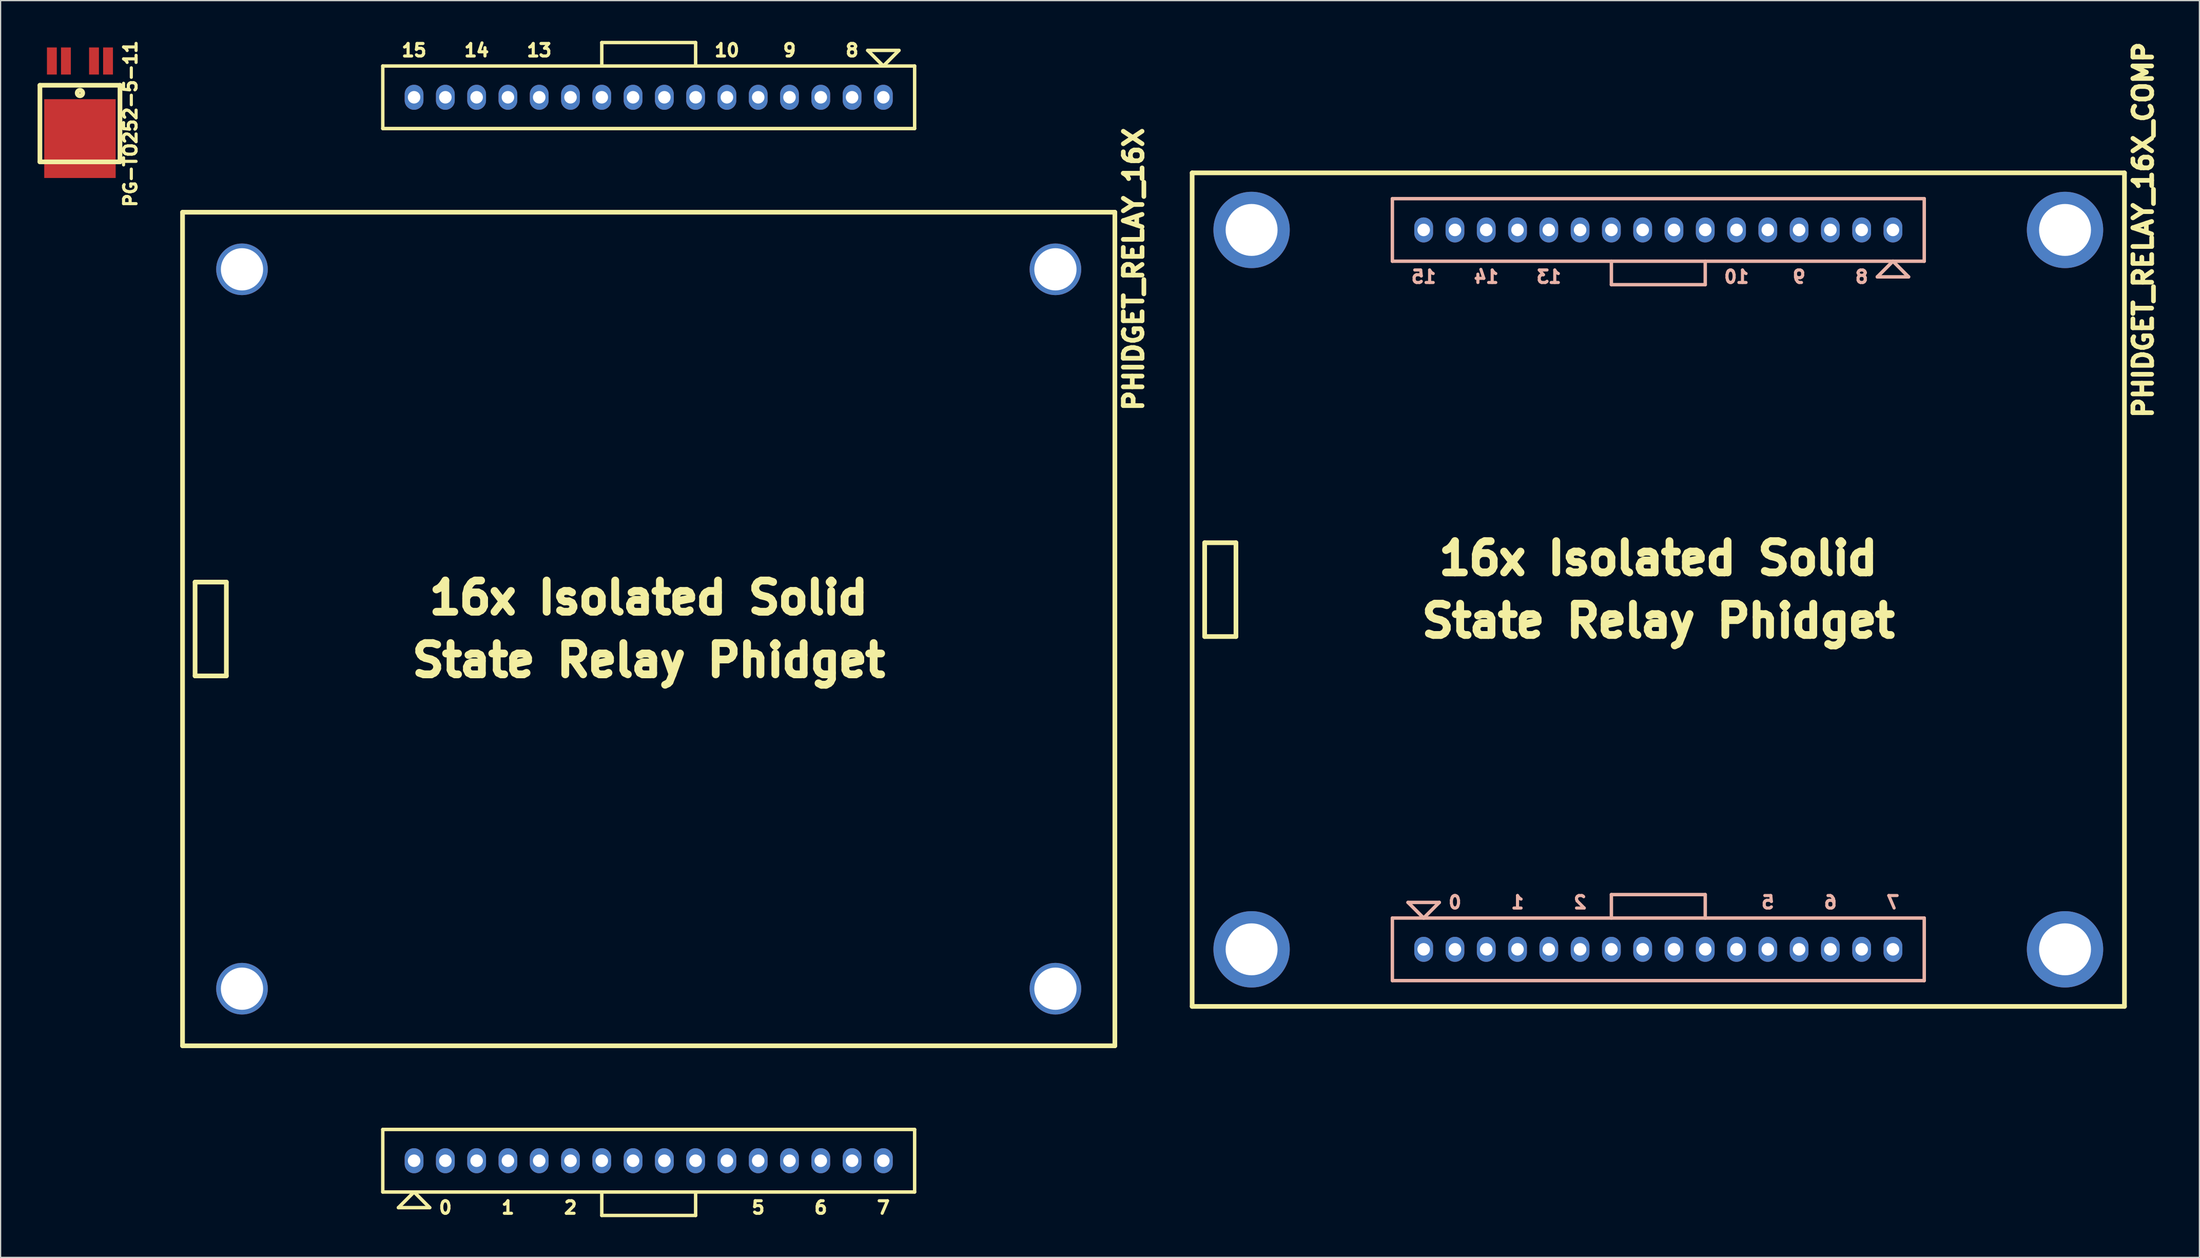
<source format=kicad_pcb>
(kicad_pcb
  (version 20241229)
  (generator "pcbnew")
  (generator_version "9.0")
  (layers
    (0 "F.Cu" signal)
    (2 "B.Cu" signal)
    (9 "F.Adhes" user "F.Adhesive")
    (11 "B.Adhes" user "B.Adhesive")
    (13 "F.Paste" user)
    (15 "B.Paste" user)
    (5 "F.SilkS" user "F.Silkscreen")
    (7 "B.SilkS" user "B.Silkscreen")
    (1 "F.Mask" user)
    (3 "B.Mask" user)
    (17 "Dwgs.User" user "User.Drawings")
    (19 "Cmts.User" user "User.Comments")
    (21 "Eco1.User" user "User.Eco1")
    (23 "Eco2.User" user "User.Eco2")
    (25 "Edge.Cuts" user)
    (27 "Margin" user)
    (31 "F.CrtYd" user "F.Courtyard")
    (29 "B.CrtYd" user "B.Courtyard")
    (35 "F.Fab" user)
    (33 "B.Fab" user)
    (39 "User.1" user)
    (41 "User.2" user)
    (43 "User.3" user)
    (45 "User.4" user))
  (footprint "PHIDGET_RELAY_16X_COMP"
    (layer "F.Cu")
    (at 131.584 44.833)
    (property "Reference" "PHIDGET_RELAY_16X_COMP" (at 39.37 -29.21 90) (layer "F.SilkS") (effects (font (size 1.524 1.524) (thickness 0.381))))
    (attr through_hole)
    (fp_line (start -37.846 -33.846) (end -37.846 33.846) (stroke (width 0.381) (type solid)) (layer "F.SilkS"))
    (fp_line (start -37.846 33.846) (end 37.846 33.846) (stroke (width 0.381) (type solid)) (layer "F.SilkS"))
    (fp_line (start -36.83 -3.81) (end -36.83 3.81) (stroke (width 0.381) (type solid)) (layer "F.SilkS"))
    (fp_line (start -36.83 -3.81) (end -34.29 -3.81) (stroke (width 0.381) (type solid)) (layer "F.SilkS"))
    (fp_line (start -34.29 -3.81) (end -34.29 3.81) (stroke (width 0.381) (type solid)) (layer "F.SilkS"))
    (fp_line (start -34.29 3.81) (end -36.83 3.81) (stroke (width 0.381) (type solid)) (layer "F.SilkS"))
    (fp_line (start 37.846 -33.846) (end -37.846 -33.846) (stroke (width 0.381) (type solid)) (layer "F.SilkS"))
    (fp_line (start 37.846 -33.846) (end 37.846 33.846) (stroke (width 0.381) (type solid)) (layer "F.SilkS"))
    (fp_line (start -21.59 -31.75) (end 21.59 -31.75) (stroke (width 0.279) (type solid)) (layer "B.SilkS"))
    (fp_line (start -21.59 -26.67) (end -21.59 -31.75) (stroke (width 0.279) (type solid)) (layer "B.SilkS"))
    (fp_line (start -21.59 26.67) (end 21.59 26.67) (stroke (width 0.279) (type solid)) (layer "B.SilkS"))
    (fp_line (start -21.59 31.75) (end -21.59 26.67) (stroke (width 0.279) (type solid)) (layer "B.SilkS"))
    (fp_line (start -20.32 25.4) (end -19.05 26.67) (stroke (width 0.279) (type solid)) (layer "B.SilkS"))
    (fp_line (start -19.05 26.67) (end -17.78 25.4) (stroke (width 0.279) (type solid)) (layer "B.SilkS"))
    (fp_line (start -17.78 25.4) (end -20.32 25.4) (stroke (width 0.279) (type solid)) (layer "B.SilkS"))
    (fp_line (start -3.81 -24.765) (end -3.81 -26.67) (stroke (width 0.279) (type solid)) (layer "B.SilkS"))
    (fp_line (start -3.81 -24.765) (end 3.81 -24.765) (stroke (width 0.279) (type solid)) (layer "B.SilkS"))
    (fp_line (start -3.81 26.67) (end -3.81 24.765) (stroke (width 0.279) (type solid)) (layer "B.SilkS"))
    (fp_line (start 3.81 -26.67) (end 3.81 -24.765) (stroke (width 0.279) (type solid)) (layer "B.SilkS"))
    (fp_line (start 3.81 24.765) (end -3.81 24.765) (stroke (width 0.279) (type solid)) (layer "B.SilkS"))
    (fp_line (start 3.81 24.765) (end 3.81 26.67) (stroke (width 0.279) (type solid)) (layer "B.SilkS"))
    (fp_line (start 17.78 -25.4) (end 20.32 -25.4) (stroke (width 0.279) (type solid)) (layer "B.SilkS"))
    (fp_line (start 19.05 -26.67) (end 17.78 -25.4) (stroke (width 0.279) (type solid)) (layer "B.SilkS"))
    (fp_line (start 20.32 -25.4) (end 19.05 -26.67) (stroke (width 0.279) (type solid)) (layer "B.SilkS"))
    (fp_line (start 21.59 -31.75) (end 21.59 -26.67) (stroke (width 0.279) (type solid)) (layer "B.SilkS"))
    (fp_line (start 21.59 -26.67) (end -21.59 -26.67) (stroke (width 0.279) (type solid)) (layer "B.SilkS"))
    (fp_line (start 21.59 26.67) (end 21.59 31.75) (stroke (width 0.279) (type solid)) (layer "B.SilkS"))
    (fp_line (start 21.59 31.75) (end -21.59 31.75) (stroke (width 0.279) (type solid)) (layer "B.SilkS"))
    (fp_text user "State Relay Phidget" (at 0 2.54 0) (layer "F.SilkS") (effects (font (size 2.54 2.54) (thickness 0.635))))
    (fp_text user "16x Isolated Solid" (at 0 -2.54 0) (layer "F.SilkS") (effects (font (size 2.54 2.54) (thickness 0.635))))
    (fp_text user "15" (at -19.05 -25.4 0) (layer "B.SilkS") (effects (font (size 1.016 1.016) (thickness 0.254)) (justify mirror)))
    (fp_text user "5" (at 8.89 25.4 180) (layer "B.SilkS") (effects (font (size 1.016 1.016) (thickness 0.254)) (justify mirror)))
    (fp_text user "2" (at -6.35 25.4 180) (layer "B.SilkS") (effects (font (size 1.016 1.016) (thickness 0.254)) (justify mirror)))
    (fp_text user "9" (at 11.43 -25.4 0) (layer "B.SilkS") (effects (font (size 1.016 1.016) (thickness 0.254)) (justify mirror)))
    (fp_text user "14" (at -13.97 -25.4 0) (layer "B.SilkS") (effects (font (size 1.016 1.016) (thickness 0.254)) (justify mirror)))
    (fp_text user "7" (at 19.05 25.4 180) (layer "B.SilkS") (effects (font (size 1.016 1.016) (thickness 0.254)) (justify mirror)))
    (fp_text user "1" (at -11.43 25.4 180) (layer "B.SilkS") (effects (font (size 1.016 1.016) (thickness 0.254)) (justify mirror)))
    (fp_text user "0" (at -16.51 25.4 180) (layer "B.SilkS") (effects (font (size 1.016 1.016) (thickness 0.254)) (justify mirror)))
    (fp_text user "13" (at -8.89 -25.4 0) (layer "B.SilkS") (effects (font (size 1.016 1.016) (thickness 0.254)) (justify mirror)))
    (fp_text user "6" (at 13.97 25.4 180) (layer "B.SilkS") (effects (font (size 1.016 1.016) (thickness 0.254)) (justify mirror)))
    (fp_text user "8" (at 16.51 -25.4 0) (layer "B.SilkS") (effects (font (size 1.016 1.016) (thickness 0.254)) (justify mirror)))
    (fp_text user "10" (at 6.35 -25.4 0) (layer "B.SilkS") (effects (font (size 1.016 1.016) (thickness 0.254)) (justify mirror)))
    (pad "" thru_hole circle (at -33.02 -29.21 270) (size 6.198 6.198) (drill 4.216) (layers "*.Cu" "*.Mask"))
    (pad "" thru_hole circle (at -33.02 29.21 270) (size 6.198 6.198) (drill 4.216) (layers "*.Cu" "*.Mask"))
    (pad "" thru_hole circle (at 33.02 -29.21 270) (size 6.198 6.198) (drill 4.216) (layers "*.Cu" "*.Mask"))
    (pad "" thru_hole circle (at 33.02 29.21 270) (size 6.198 6.198) (drill 4.216) (layers "*.Cu" "*.Mask"))
    (pad "1" thru_hole oval (at -19.05 29.21 180) (size 1.524 2.032) (drill 1.016) (layers "*.Cu" "*.Mask"))
    (pad "2" thru_hole oval (at -16.51 29.21 180) (size 1.524 2.032) (drill 1.016) (layers "*.Cu" "*.Mask"))
    (pad "3" thru_hole oval (at -13.97 29.21 180) (size 1.524 2.032) (drill 1.016) (layers "*.Cu" "*.Mask"))
    (pad "4" thru_hole oval (at -11.43 29.21 180) (size 1.524 2.032) (drill 1.016) (layers "*.Cu" "*.Mask"))
    (pad "5" thru_hole oval (at -8.89 29.21 180) (size 1.524 2.032) (drill 1.016) (layers "*.Cu" "*.Mask"))
    (pad "6" thru_hole oval (at -6.35 29.21 180) (size 1.524 2.032) (drill 1.016) (layers "*.Cu" "*.Mask"))
    (pad "7" thru_hole oval (at -3.81 29.21 180) (size 1.524 2.032) (drill 1.016) (layers "*.Cu" "*.Mask"))
    (pad "8" thru_hole oval (at -1.27 29.21 180) (size 1.524 2.032) (drill 1.016) (layers "*.Cu" "*.Mask"))
    (pad "9" thru_hole oval (at 1.27 29.21 180) (size 1.524 2.032) (drill 1.016) (layers "*.Cu" "*.Mask"))
    (pad "10" thru_hole oval (at 3.81 29.21 180) (size 1.524 2.032) (drill 1.016) (layers "*.Cu" "*.Mask"))
    (pad "11" thru_hole oval (at 6.35 29.21 180) (size 1.524 2.032) (drill 1.016) (layers "*.Cu" "*.Mask"))
    (pad "12" thru_hole oval (at 8.89 29.21 180) (size 1.524 2.032) (drill 1.016) (layers "*.Cu" "*.Mask"))
    (pad "13" thru_hole oval (at 11.43 29.21 180) (size 1.524 2.032) (drill 1.016) (layers "*.Cu" "*.Mask"))
    (pad "14" thru_hole oval (at 13.97 29.21 180) (size 1.524 2.032) (drill 1.016) (layers "*.Cu" "*.Mask"))
    (pad "15" thru_hole oval (at 16.51 29.21 180) (size 1.524 2.032) (drill 1.016) (layers "*.Cu" "*.Mask"))
    (pad "16" thru_hole oval (at 19.05 29.21 180) (size 1.524 2.032) (drill 1.016) (layers "*.Cu" "*.Mask"))
    (pad "17" thru_hole oval (at 19.05 -29.21) (size 1.524 2.032) (drill 1.016) (layers "*.Cu" "*.Mask"))
    (pad "18" thru_hole oval (at 16.51 -29.21) (size 1.524 2.032) (drill 1.016) (layers "*.Cu" "*.Mask"))
    (pad "19" thru_hole oval (at 13.97 -29.21) (size 1.524 2.032) (drill 1.016) (layers "*.Cu" "*.Mask"))
    (pad "20" thru_hole oval (at 11.43 -29.21) (size 1.524 2.032) (drill 1.016) (layers "*.Cu" "*.Mask"))
    (pad "21" thru_hole oval (at 8.89 -29.21) (size 1.524 2.032) (drill 1.016) (layers "*.Cu" "*.Mask"))
    (pad "22" thru_hole oval (at 6.35 -29.21) (size 1.524 2.032) (drill 1.016) (layers "*.Cu" "*.Mask"))
    (pad "23" thru_hole oval (at 3.81 -29.21) (size 1.524 2.032) (drill 1.016) (layers "*.Cu" "*.Mask"))
    (pad "24" thru_hole oval (at 1.27 -29.21) (size 1.524 2.032) (drill 1.016) (layers "*.Cu" "*.Mask"))
    (pad "25" thru_hole oval (at -1.27 -29.21) (size 1.524 2.032) (drill 1.016) (layers "*.Cu" "*.Mask"))
    (pad "26" thru_hole oval (at -3.81 -29.21) (size 1.524 2.032) (drill 1.016) (layers "*.Cu" "*.Mask"))
    (pad "27" thru_hole oval (at -6.35 -29.21) (size 1.524 2.032) (drill 1.016) (layers "*.Cu" "*.Mask"))
    (pad "28" thru_hole oval (at -8.89 -29.21) (size 1.524 2.032) (drill 1.016) (layers "*.Cu" "*.Mask"))
    (pad "29" thru_hole oval (at -11.43 -29.21) (size 1.524 2.032) (drill 1.016) (layers "*.Cu" "*.Mask"))
    (pad "30" thru_hole oval (at -13.97 -29.21) (size 1.524 2.032) (drill 1.016) (layers "*.Cu" "*.Mask"))
    (pad "31" thru_hole oval (at -16.51 -29.21) (size 1.524 2.032) (drill 1.016) (layers "*.Cu" "*.Mask"))
    (pad "32" thru_hole oval (at -19.05 -29.21) (size 1.524 2.032) (drill 1.016) (layers "*.Cu" "*.Mask")))
  (footprint "PG-TO252-5-11"
    (layer "F.Cu")
    (at 3.441 1.904)
    (property "Reference" "PG-TO252-5-11" (at 4.1 5.1 270) (layer "F.SilkS") (effects (font (size 1.016 1.016) (thickness 0.254))))
    (attr through_hole)
    (fp_line (start -3.25 1.97) (end 3.25 1.97) (stroke (width 0.381) (type solid)) (layer "F.SilkS"))
    (fp_line (start -3.25 8.19) (end -3.25 1.97) (stroke (width 0.381) (type solid)) (layer "F.SilkS"))
    (fp_line (start 3.25 1.97) (end 3.25 8.19) (stroke (width 0.381) (type solid)) (layer "F.SilkS"))
    (fp_line (start 3.25 8.19) (end -3.25 8.19) (stroke (width 0.381) (type solid)) (layer "F.SilkS"))
    (fp_circle (center 0 2.6) (end -0.1 2.8) (stroke (width 0.381) (type solid)) (fill no) (layer "F.SilkS"))
    (pad "1" smd rect (at 2.28 0 180) (size 0.8 2.2) (layers "F.Cu" "F.Mask" "F.Paste"))
    (pad "2" smd rect (at 1.14 0 180) (size 0.8 2.2) (layers "F.Cu" "F.Mask" "F.Paste"))
    (pad "4" smd rect (at -1.14 0 180) (size 0.8 2.2) (layers "F.Cu" "F.Mask" "F.Paste"))
    (pad "5" smd rect (at -2.28 0 180) (size 0.8 2.2) (layers "F.Cu" "F.Mask" "F.Paste"))
    (pad "6" smd rect (at 0 6.3 180) (size 5.8 6.4) (layers "F.Cu" "F.Mask" "F.Paste")))
  (footprint "PHIDGET_RELAY_16X"
    (layer "F.Cu")
    (at 49.617 48.03)
    (property "Reference" "PHIDGET_RELAY_16X" (at 39.37 -29.21 90) (layer "F.SilkS") (effects (font (size 1.524 1.524) (thickness 0.381))))
    (attr through_hole)
    (fp_line (start -37.846 -33.846) (end -37.846 33.846) (stroke (width 0.381) (type solid)) (layer "F.SilkS"))
    (fp_line (start -37.846 33.846) (end 37.846 33.846) (stroke (width 0.381) (type solid)) (layer "F.SilkS"))
    (fp_line (start -36.83 -3.81) (end -36.83 3.81) (stroke (width 0.381) (type solid)) (layer "F.SilkS"))
    (fp_line (start -36.83 -3.81) (end -34.29 -3.81) (stroke (width 0.381) (type solid)) (layer "F.SilkS"))
    (fp_line (start -34.29 -3.81) (end -34.29 3.81) (stroke (width 0.381) (type solid)) (layer "F.SilkS"))
    (fp_line (start -34.29 3.81) (end -36.83 3.81) (stroke (width 0.381) (type solid)) (layer "F.SilkS"))
    (fp_line (start -21.59 -45.72) (end 21.59 -45.72) (stroke (width 0.279) (type solid)) (layer "F.SilkS"))
    (fp_line (start -21.59 -40.64) (end -21.59 -45.72) (stroke (width 0.279) (type solid)) (layer "F.SilkS"))
    (fp_line (start -21.59 40.64) (end 21.59 40.64) (stroke (width 0.279) (type solid)) (layer "F.SilkS"))
    (fp_line (start -21.59 45.72) (end -21.59 40.64) (stroke (width 0.279) (type solid)) (layer "F.SilkS"))
    (fp_line (start -20.32 46.99) (end -19.05 45.72) (stroke (width 0.279) (type solid)) (layer "F.SilkS"))
    (fp_line (start -19.05 45.72) (end -17.78 46.99) (stroke (width 0.279) (type solid)) (layer "F.SilkS"))
    (fp_line (start -17.78 46.99) (end -20.32 46.99) (stroke (width 0.279) (type solid)) (layer "F.SilkS"))
    (fp_line (start -3.81 -47.625) (end 3.81 -47.625) (stroke (width 0.279) (type solid)) (layer "F.SilkS"))
    (fp_line (start -3.81 -45.72) (end -3.81 -47.625) (stroke (width 0.279) (type solid)) (layer "F.SilkS"))
    (fp_line (start -3.81 47.625) (end -3.81 45.72) (stroke (width 0.279) (type solid)) (layer "F.SilkS"))
    (fp_line (start 3.81 -47.625) (end 3.81 -45.72) (stroke (width 0.279) (type solid)) (layer "F.SilkS"))
    (fp_line (start 3.81 45.72) (end 3.81 47.625) (stroke (width 0.279) (type solid)) (layer "F.SilkS"))
    (fp_line (start 3.81 47.625) (end -3.81 47.625) (stroke (width 0.279) (type solid)) (layer "F.SilkS"))
    (fp_line (start 17.78 -46.99) (end 20.32 -46.99) (stroke (width 0.279) (type solid)) (layer "F.SilkS"))
    (fp_line (start 19.05 -45.72) (end 17.78 -46.99) (stroke (width 0.279) (type solid)) (layer "F.SilkS"))
    (fp_line (start 20.32 -46.99) (end 19.05 -45.72) (stroke (width 0.279) (type solid)) (layer "F.SilkS"))
    (fp_line (start 21.59 -45.72) (end 21.59 -40.64) (stroke (width 0.279) (type solid)) (layer "F.SilkS"))
    (fp_line (start 21.59 -40.64) (end -21.59 -40.64) (stroke (width 0.279) (type solid)) (layer "F.SilkS"))
    (fp_line (start 21.59 40.64) (end 21.59 45.72) (stroke (width 0.279) (type solid)) (layer "F.SilkS"))
    (fp_line (start 21.59 45.72) (end -21.59 45.72) (stroke (width 0.279) (type solid)) (layer "F.SilkS"))
    (fp_line (start 37.846 -33.846) (end -37.846 -33.846) (stroke (width 0.381) (type solid)) (layer "F.SilkS"))
    (fp_line (start 37.846 -33.846) (end 37.846 33.846) (stroke (width 0.381) (type solid)) (layer "F.SilkS"))
    (fp_text user "16x Isolated Solid" (at 0 -2.54 0) (layer "F.SilkS") (effects (font (size 2.54 2.54) (thickness 0.635))))
    (fp_text user "5" (at 8.89 46.99 180) (layer "F.SilkS") (effects (font (size 1.016 1.016) (thickness 0.254))))
    (fp_text user "9" (at 11.43 -46.99 0) (layer "F.SilkS") (effects (font (size 1.016 1.016) (thickness 0.254))))
    (fp_text user "8" (at 16.51 -46.99 0) (layer "F.SilkS") (effects (font (size 1.016 1.016) (thickness 0.254))))
    (fp_text user "7" (at 19.05 46.99 180) (layer "F.SilkS") (effects (font (size 1.016 1.016) (thickness 0.254))))
    (fp_text user "2" (at -6.35 46.99 180) (layer "F.SilkS") (effects (font (size 1.016 1.016) (thickness 0.254))))
    (fp_text user "14" (at -13.97 -46.99 0) (layer "F.SilkS") (effects (font (size 1.016 1.016) (thickness 0.254))))
    (fp_text user "15" (at -19.05 -46.99 0) (layer "F.SilkS") (effects (font (size 1.016 1.016) (thickness 0.254))))
    (fp_text user "10" (at 6.35 -46.99 0) (layer "F.SilkS") (effects (font (size 1.016 1.016) (thickness 0.254))))
    (fp_text user "13" (at -8.89 -46.99 0) (layer "F.SilkS") (effects (font (size 1.016 1.016) (thickness 0.254))))
    (fp_text user "0" (at -16.51 46.99 180) (layer "F.SilkS") (effects (font (size 1.016 1.016) (thickness 0.254))))
    (fp_text user "State Relay Phidget" (at 0 2.54 0) (layer "F.SilkS") (effects (font (size 2.54 2.54) (thickness 0.635))))
    (fp_text user "6" (at 13.97 46.99 180) (layer "F.SilkS") (effects (font (size 1.016 1.016) (thickness 0.254))))
    (fp_text user "1" (at -11.43 46.99 180) (layer "F.SilkS") (effects (font (size 1.016 1.016) (thickness 0.254))))
    (pad "" thru_hole circle (at -33.02 -29.21 270) (size 4.191 4.191) (drill 3.429) (layers "*.Cu" "*.Mask"))
    (pad "" thru_hole circle (at -33.02 29.21 270) (size 4.191 4.191) (drill 3.429) (layers "*.Cu" "*.Mask"))
    (pad "" thru_hole circle (at 33.02 -29.21 270) (size 4.191 4.191) (drill 3.429) (layers "*.Cu" "*.Mask"))
    (pad "" thru_hole circle (at 33.02 29.21 270) (size 4.191 4.191) (drill 3.429) (layers "*.Cu" "*.Mask"))
    (pad "1" thru_hole oval (at -19.05 43.18 180) (size 1.524 2.032) (drill 1.016) (layers "*.Cu" "*.Mask"))
    (pad "2" thru_hole oval (at -16.51 43.18 180) (size 1.524 2.032) (drill 1.016) (layers "*.Cu" "*.Mask"))
    (pad "3" thru_hole oval (at -13.97 43.18 180) (size 1.524 2.032) (drill 1.016) (layers "*.Cu" "*.Mask"))
    (pad "4" thru_hole oval (at -11.43 43.18 180) (size 1.524 2.032) (drill 1.016) (layers "*.Cu" "*.Mask"))
    (pad "5" thru_hole oval (at -8.89 43.18 180) (size 1.524 2.032) (drill 1.016) (layers "*.Cu" "*.Mask"))
    (pad "6" thru_hole oval (at -6.35 43.18 180) (size 1.524 2.032) (drill 1.016) (layers "*.Cu" "*.Mask"))
    (pad "7" thru_hole oval (at -3.81 43.18 180) (size 1.524 2.032) (drill 1.016) (layers "*.Cu" "*.Mask"))
    (pad "8" thru_hole oval (at -1.27 43.18 180) (size 1.524 2.032) (drill 1.016) (layers "*.Cu" "*.Mask"))
    (pad "9" thru_hole oval (at 1.27 43.18 180) (size 1.524 2.032) (drill 1.016) (layers "*.Cu" "*.Mask"))
    (pad "10" thru_hole oval (at 3.81 43.18 180) (size 1.524 2.032) (drill 1.016) (layers "*.Cu" "*.Mask"))
    (pad "11" thru_hole oval (at 6.35 43.18 180) (size 1.524 2.032) (drill 1.016) (layers "*.Cu" "*.Mask"))
    (pad "12" thru_hole oval (at 8.89 43.18 180) (size 1.524 2.032) (drill 1.016) (layers "*.Cu" "*.Mask"))
    (pad "13" thru_hole oval (at 11.43 43.18 180) (size 1.524 2.032) (drill 1.016) (layers "*.Cu" "*.Mask"))
    (pad "14" thru_hole oval (at 13.97 43.18 180) (size 1.524 2.032) (drill 1.016) (layers "*.Cu" "*.Mask"))
    (pad "15" thru_hole oval (at 16.51 43.18 180) (size 1.524 2.032) (drill 1.016) (layers "*.Cu" "*.Mask"))
    (pad "16" thru_hole oval (at 19.05 43.18 180) (size 1.524 2.032) (drill 1.016) (layers "*.Cu" "*.Mask"))
    (pad "17" thru_hole oval (at 19.05 -43.18) (size 1.524 2.032) (drill 1.016) (layers "*.Cu" "*.Mask"))
    (pad "18" thru_hole oval (at 16.51 -43.18) (size 1.524 2.032) (drill 1.016) (layers "*.Cu" "*.Mask"))
    (pad "19" thru_hole oval (at 13.97 -43.18) (size 1.524 2.032) (drill 1.016) (layers "*.Cu" "*.Mask"))
    (pad "20" thru_hole oval (at 11.43 -43.18) (size 1.524 2.032) (drill 1.016) (layers "*.Cu" "*.Mask"))
    (pad "21" thru_hole oval (at 8.89 -43.18) (size 1.524 2.032) (drill 1.016) (layers "*.Cu" "*.Mask"))
    (pad "22" thru_hole oval (at 6.35 -43.18) (size 1.524 2.032) (drill 1.016) (layers "*.Cu" "*.Mask"))
    (pad "23" thru_hole oval (at 3.81 -43.18) (size 1.524 2.032) (drill 1.016) (layers "*.Cu" "*.Mask"))
    (pad "24" thru_hole oval (at 1.27 -43.18) (size 1.524 2.032) (drill 1.016) (layers "*.Cu" "*.Mask"))
    (pad "25" thru_hole oval (at -1.27 -43.18) (size 1.524 2.032) (drill 1.016) (layers "*.Cu" "*.Mask"))
    (pad "26" thru_hole oval (at -3.81 -43.18) (size 1.524 2.032) (drill 1.016) (layers "*.Cu" "*.Mask"))
    (pad "27" thru_hole oval (at -6.35 -43.18) (size 1.524 2.032) (drill 1.016) (layers "*.Cu" "*.Mask"))
    (pad "28" thru_hole oval (at -8.89 -43.18) (size 1.524 2.032) (drill 1.016) (layers "*.Cu" "*.Mask"))
    (pad "29" thru_hole oval (at -11.43 -43.18) (size 1.524 2.032) (drill 1.016) (layers "*.Cu" "*.Mask"))
    (pad "30" thru_hole oval (at -13.97 -43.18) (size 1.524 2.032) (drill 1.016) (layers "*.Cu" "*.Mask"))
    (pad "31" thru_hole oval (at -16.51 -43.18) (size 1.524 2.032) (drill 1.016) (layers "*.Cu" "*.Mask"))
    (pad "32" thru_hole oval (at -19.05 -43.18) (size 1.524 2.032) (drill 1.016) (layers "*.Cu" "*.Mask")))
  (gr_rect
    (start -3 -3)
    (end 175.514 99.06)
    (stroke (width 0.1) (type default))
    (fill no)
    (layer "Edge.Cuts")))
</source>
